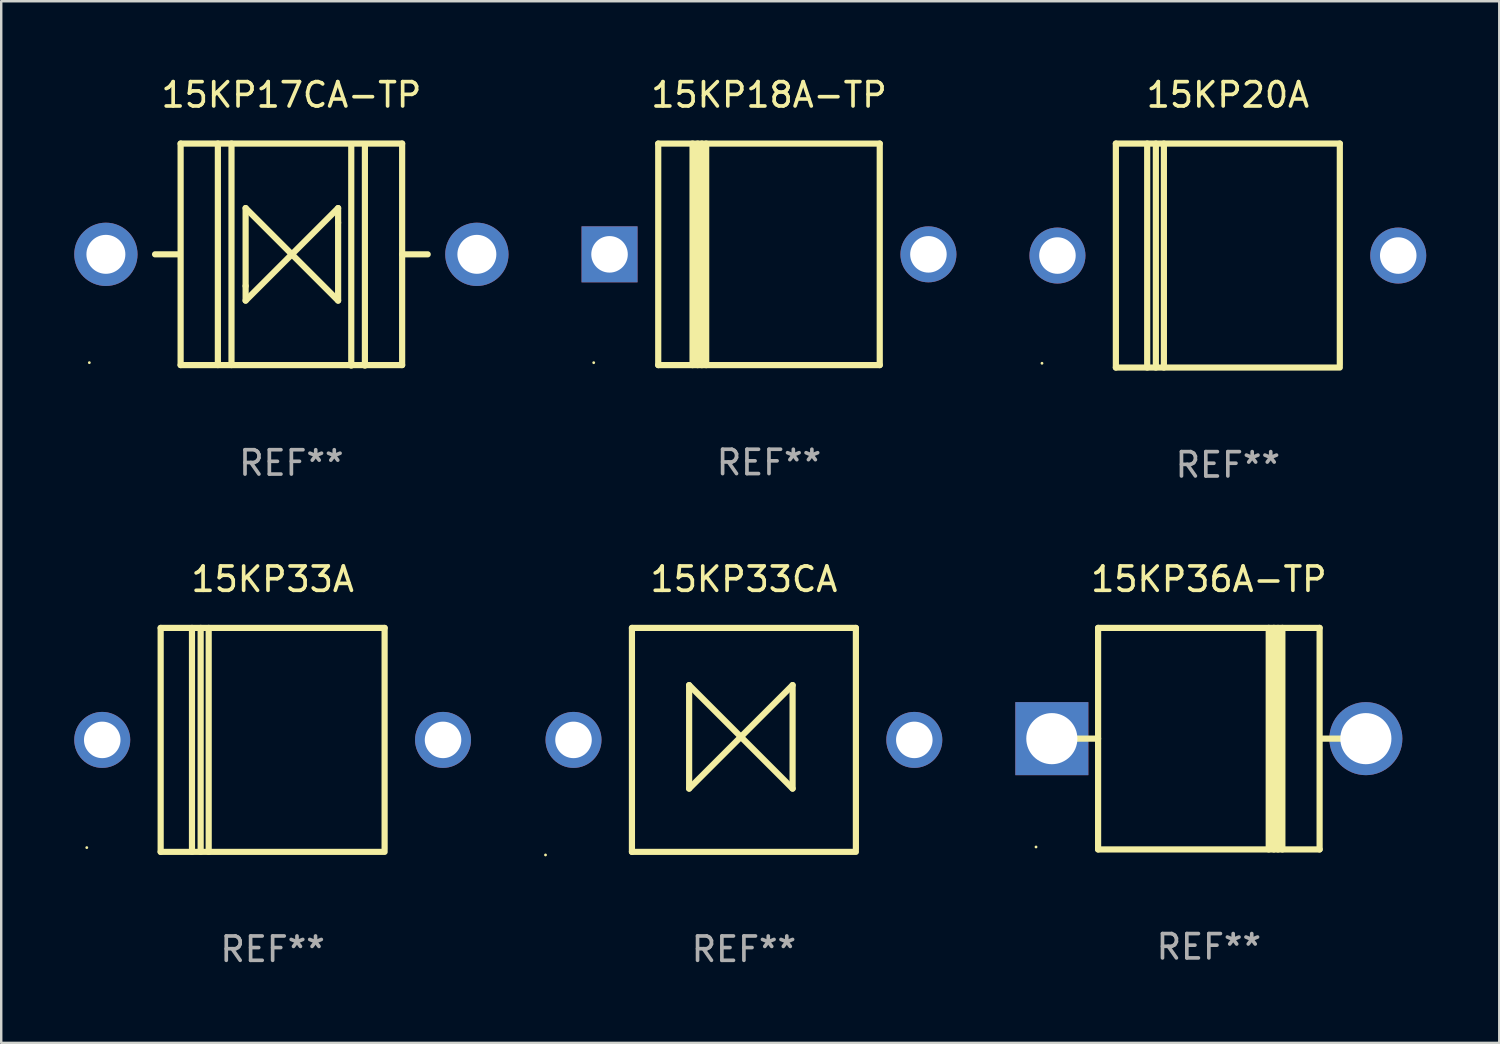
<source format=kicad_pcb>
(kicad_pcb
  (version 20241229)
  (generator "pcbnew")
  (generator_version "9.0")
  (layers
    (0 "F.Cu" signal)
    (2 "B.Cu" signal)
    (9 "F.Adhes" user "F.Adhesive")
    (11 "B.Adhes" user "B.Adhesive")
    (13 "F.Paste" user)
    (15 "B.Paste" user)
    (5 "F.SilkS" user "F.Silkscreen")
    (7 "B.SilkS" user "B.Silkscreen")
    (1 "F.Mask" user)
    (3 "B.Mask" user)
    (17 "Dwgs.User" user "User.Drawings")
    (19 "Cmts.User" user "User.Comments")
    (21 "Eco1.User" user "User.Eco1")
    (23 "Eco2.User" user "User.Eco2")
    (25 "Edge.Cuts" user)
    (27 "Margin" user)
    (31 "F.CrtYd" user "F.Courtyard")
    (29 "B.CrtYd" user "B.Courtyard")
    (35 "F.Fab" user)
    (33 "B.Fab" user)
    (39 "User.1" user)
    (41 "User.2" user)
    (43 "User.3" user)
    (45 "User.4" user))
  (footprint "15KP20A"
    (layer "F.Cu")
    (at 47.39 7.448)
    (property "Reference" "15KP20A" (at 0 -6.6 0) (layer "F.SilkS") (effects (font (size 1 1) (thickness 0.15))))
    (attr through_hole)
    (fp_line (start -4.6 -4.6) (end -4.6 4.6) (stroke (width 0.254) (type solid)) (layer "F.SilkS"))
    (fp_line (start -4.6 -4.6) (end 4.6 -4.6) (stroke (width 0.254) (type solid)) (layer "F.SilkS"))
    (fp_line (start -4.6 4.6) (end 4.6 4.6) (stroke (width 0.254) (type solid)) (layer "F.SilkS"))
    (fp_line (start -3.313 -4.6) (end -3.313 4.6) (stroke (width 0.254) (type solid)) (layer "F.SilkS"))
    (fp_line (start -2.957 -4.6) (end -2.957 4.6) (stroke (width 0.254) (type solid)) (layer "F.SilkS"))
    (fp_line (start -2.627 -4.6) (end -2.627 4.6) (stroke (width 0.254) (type solid)) (layer "F.SilkS"))
    (fp_line (start 4.6 -4.6) (end 4.6 4.5) (stroke (width 0.254) (type solid)) (layer "F.SilkS"))
    (fp_circle (center -7.635 4.425) (end -7.605 4.425) (stroke (width 0.06) (type solid)) (fill no) (layer "F.SilkS"))
    (fp_text user "REF**" (at 0 8.6 0) (layer "F.Fab") (effects (font (size 1 1) (thickness 0.15))))
    (pad "1" thru_hole circle (at -7 0) (size 2.3 2.3) (drill 1.5) (layers "*.Cu" "*.Mask"))
    (pad "2" thru_hole circle (at 7 0) (size 2.3 2.3) (drill 1.5) (layers "*.Cu" "*.Mask")))
  (footprint "15KP36A-TP"
    (layer "F.Cu")
    (at 46.61 27.295)
    (property "Reference" "15KP36A-TP" (at 0 -6.551 0) (layer "F.SilkS") (effects (font (size 1 1) (thickness 0.15))))
    (attr through_hole)
    (fp_line (start -5.6 -0.001) (end -4.55 -0.001) (stroke (width 0.254) (type solid)) (layer "F.SilkS"))
    (fp_line (start -4.55 -4.551) (end -4.55 4.55) (stroke (width 0.254) (type solid)) (layer "F.SilkS"))
    (fp_line (start -4.55 -4.551) (end 4.55 -4.551) (stroke (width 0.254) (type solid)) (layer "F.SilkS"))
    (fp_line (start 2.46 4.55) (end 2.46 -4.551) (stroke (width 0.254) (type solid)) (layer "F.SilkS"))
    (fp_line (start 2.67 4.55) (end 2.67 -4.551) (stroke (width 0.254) (type solid)) (layer "F.SilkS"))
    (fp_line (start 2.841 4.551) (end 2.841 -4.55) (stroke (width 0.254) (type solid)) (layer "F.SilkS"))
    (fp_line (start 3.02 4.55) (end 3.02 -4.551) (stroke (width 0.254) (type solid)) (layer "F.SilkS"))
    (fp_line (start 4.55 4.55) (end 4.55 -4.551) (stroke (width 0.254) (type solid)) (layer "F.SilkS"))
    (fp_line (start 4.55 4.549) (end -4.55 4.549) (stroke (width 0.254) (type solid)) (layer "F.SilkS"))
    (fp_line (start 4.58 -0.001) (end 5.6 -0.001) (stroke (width 0.254) (type solid)) (layer "F.SilkS"))
    (fp_circle (center -7.1 4.449) (end -7.07 4.449) (stroke (width 0.06) (type solid)) (fill no) (layer "F.SilkS"))
    (fp_text user "REF**" (at 0 8.551 0) (layer "F.Fab") (effects (font (size 1 1) (thickness 0.15))))
    (pad "1" thru_hole rect (at -6.45 -0.001 180) (size 3 3) (drill 2.1) (layers "*.Cu" "*.Mask"))
    (pad "2" thru_hole circle (at 6.45 -0.001) (size 3 3) (drill 2.1) (layers "*.Cu" "*.Mask")))
  (footprint "15KP18A-TP"
    (layer "F.Cu")
    (at 28.54 7.399)
    (property "Reference" "15KP18A-TP" (at 0 -6.551 0) (layer "F.SilkS") (effects (font (size 1 1) (thickness 0.15))))
    (attr through_hole)
    (fp_line (start -4.55 -4.55) (end -4.55 4.55) (stroke (width 0.254) (type solid)) (layer "F.SilkS"))
    (fp_line (start -4.55 -4.55) (end 4.55 -4.55) (stroke (width 0.254) (type solid)) (layer "F.SilkS"))
    (fp_line (start -3.14 4.55) (end -3.14 -4.551) (stroke (width 0.254) (type solid)) (layer "F.SilkS"))
    (fp_line (start -2.93 4.55) (end -2.93 -4.551) (stroke (width 0.254) (type solid)) (layer "F.SilkS"))
    (fp_line (start -2.759 4.551) (end -2.759 -4.55) (stroke (width 0.254) (type solid)) (layer "F.SilkS"))
    (fp_line (start -2.58 4.55) (end -2.58 -4.551) (stroke (width 0.254) (type solid)) (layer "F.SilkS"))
    (fp_line (start 4.55 4.55) (end 4.55 -4.55) (stroke (width 0.254) (type solid)) (layer "F.SilkS"))
    (fp_line (start 4.55 4.549) (end -4.55 4.549) (stroke (width 0.254) (type solid)) (layer "F.SilkS"))
    (fp_circle (center -7.2 4.45) (end -7.17 4.45) (stroke (width 0.06) (type solid)) (fill no) (layer "F.SilkS"))
    (fp_text user "REF**" (at 0 8.551 0) (layer "F.Fab") (effects (font (size 1 1) (thickness 0.15))))
    (pad "1" thru_hole rect (at -6.55 -0.000483 180) (size 2.3 2.3) (drill 1.5) (layers "*.Cu" "*.Mask"))
    (pad "2" thru_hole circle (at 6.55 -0.000483) (size 2.3 2.3) (drill 1.5) (layers "*.Cu" "*.Mask")))
  (footprint "15KP17CA-TP"
    (layer "F.Cu")
    (at 8.92 7.409)
    (property "Reference" "15KP17CA-TP" (at 0 -6.561 0) (layer "F.SilkS") (effects (font (size 1 1) (thickness 0.15))))
    (attr through_hole)
    (fp_line (start -4.58 -0.011) (end -5.6 -0.011) (stroke (width 0.254) (type solid)) (layer "F.SilkS"))
    (fp_line (start -4.55 -4.561) (end 4.55 -4.561) (stroke (width 0.254) (type solid)) (layer "F.SilkS"))
    (fp_line (start -4.55 -4.561) (end -4.55 4.539) (stroke (width 0.254) (type solid)) (layer "F.SilkS"))
    (fp_line (start -3.02 -4.561) (end -3.02 4.539) (stroke (width 0.254) (type solid)) (layer "F.SilkS"))
    (fp_line (start -2.46 -4.561) (end -2.46 4.539) (stroke (width 0.254) (type solid)) (layer "F.SilkS"))
    (fp_line (start -1.88 -1.911) (end 0.02 -0.011) (stroke (width 0.254) (type solid)) (layer "F.SilkS"))
    (fp_line (start -1.88 1.289) (end -1.88 -1.911) (stroke (width 0.254) (type solid)) (layer "F.SilkS"))
    (fp_line (start -1.88 1.889) (end -1.88 1.289) (stroke (width 0.254) (type solid)) (layer "F.SilkS"))
    (fp_line (start 0.02 -0.011) (end -1.88 1.889) (stroke (width 0.254) (type solid)) (layer "F.SilkS"))
    (fp_line (start 0.02 -0.011) (end 1.92 -1.911) (stroke (width 0.254) (type solid)) (layer "F.SilkS"))
    (fp_line (start 1.92 -1.911) (end 1.92 -1.311) (stroke (width 0.254) (type solid)) (layer "F.SilkS"))
    (fp_line (start 1.92 -1.311) (end 1.92 1.889) (stroke (width 0.254) (type solid)) (layer "F.SilkS"))
    (fp_line (start 1.92 1.889) (end 0.02 -0.011) (stroke (width 0.254) (type solid)) (layer "F.SilkS"))
    (fp_line (start 2.46 -4.539) (end 2.46 4.561) (stroke (width 0.254) (type solid)) (layer "F.SilkS"))
    (fp_line (start 3.02 -4.539) (end 3.02 4.561) (stroke (width 0.254) (type solid)) (layer "F.SilkS"))
    (fp_line (start 4.55 4.539) (end -4.55 4.539) (stroke (width 0.254) (type solid)) (layer "F.SilkS"))
    (fp_line (start 4.55 4.539) (end 4.55 -4.561) (stroke (width 0.254) (type solid)) (layer "F.SilkS"))
    (fp_line (start 5.6 -0.011) (end 4.55 -0.011) (stroke (width 0.254) (type solid)) (layer "F.SilkS"))
    (fp_circle (center -8.3 4.439) (end -8.27 4.439) (stroke (width 0.06) (type solid)) (fill no) (layer "F.SilkS"))
    (fp_text user "REF**" (at 0 8.561 0) (layer "F.Fab") (effects (font (size 1 1) (thickness 0.15))))
    (pad "1" thru_hole circle (at -7.62 -0.011) (size 2.6 2.6) (drill 1.6) (layers "*.Cu" "*.Mask"))
    (pad "2" thru_hole circle (at 7.62 -0.011) (size 2.6 2.6) (drill 1.6) (layers "*.Cu" "*.Mask")))
  (footprint "15KP33A"
    (layer "F.Cu")
    (at 8.15 27.345)
    (property "Reference" "15KP33A" (at 0 -6.6 0) (layer "F.SilkS") (effects (font (size 1 1) (thickness 0.15))))
    (attr through_hole)
    (fp_line (start -4.6 -4.6) (end -4.6 4.6) (stroke (width 0.254) (type solid)) (layer "F.SilkS"))
    (fp_line (start -4.6 -4.6) (end 4.6 -4.6) (stroke (width 0.254) (type solid)) (layer "F.SilkS"))
    (fp_line (start -4.6 4.6) (end 4.6 4.6) (stroke (width 0.254) (type solid)) (layer "F.SilkS"))
    (fp_line (start -3.313 -4.6) (end -3.313 4.6) (stroke (width 0.254) (type solid)) (layer "F.SilkS"))
    (fp_line (start -2.957 -4.6) (end -2.957 4.6) (stroke (width 0.254) (type solid)) (layer "F.SilkS"))
    (fp_line (start -2.627 -4.6) (end -2.627 4.6) (stroke (width 0.254) (type solid)) (layer "F.SilkS"))
    (fp_line (start 4.6 -4.6) (end 4.6 4.5) (stroke (width 0.254) (type solid)) (layer "F.SilkS"))
    (fp_circle (center -7.635 4.425) (end -7.605 4.425) (stroke (width 0.06) (type solid)) (fill no) (layer "F.SilkS"))
    (fp_text user "REF**" (at 0 8.6 0) (layer "F.Fab") (effects (font (size 1 1) (thickness 0.15))))
    (pad "1" thru_hole circle (at -7 0) (size 2.3 2.3) (drill 1.5) (layers "*.Cu" "*.Mask"))
    (pad "2" thru_hole circle (at 7 0) (size 2.3 2.3) (drill 1.5) (layers "*.Cu" "*.Mask")))
  (footprint "15KP33CA"
    (layer "F.Cu")
    (at 27.51 27.345)
    (property "Reference" "15KP33CA" (at 0 -6.6 0) (layer "F.SilkS") (effects (font (size 1 1) (thickness 0.15))))
    (attr through_hole)
    (fp_line (start -4.6 -4.6) (end -4.6 4.6) (stroke (width 0.254) (type solid)) (layer "F.SilkS"))
    (fp_line (start -4.6 -4.6) (end 4.6 -4.6) (stroke (width 0.254) (type solid)) (layer "F.SilkS"))
    (fp_line (start -4.6 4.6) (end 4.6 4.6) (stroke (width 0.254) (type solid)) (layer "F.SilkS"))
    (fp_line (start -2.25 -2.25) (end -2.25 2) (stroke (width 0.254) (type solid)) (layer "F.SilkS"))
    (fp_line (start -2.25 2) (end 2 -2.25) (stroke (width 0.254) (type solid)) (layer "F.SilkS"))
    (fp_line (start 2 -2.25) (end 2 2) (stroke (width 0.254) (type solid)) (layer "F.SilkS"))
    (fp_line (start 2 2) (end -2.25 -2.25) (stroke (width 0.254) (type solid)) (layer "F.SilkS"))
    (fp_line (start 4.6 -4.6) (end 4.6 4.5) (stroke (width 0.254) (type solid)) (layer "F.SilkS"))
    (fp_circle (center -8.15 4.727) (end -8.12 4.727) (stroke (width 0.06) (type solid)) (fill no) (layer "F.SilkS"))
    (fp_text user "REF**" (at 0 8.6 0) (layer "F.Fab") (effects (font (size 1 1) (thickness 0.15))))
    (pad "1" thru_hole circle (at -7 0) (size 2.3 2.3) (drill 1.5) (layers "*.Cu" "*.Mask"))
    (pad "2" thru_hole circle (at 7 0) (size 2.3 2.3) (drill 1.5) (layers "*.Cu" "*.Mask")))
  (gr_rect
    (start -3 -3)
    (end 58.54 39.793)
    (stroke (width 0.1) (type default))
    (fill no)
    (layer "Edge.Cuts")))
</source>
